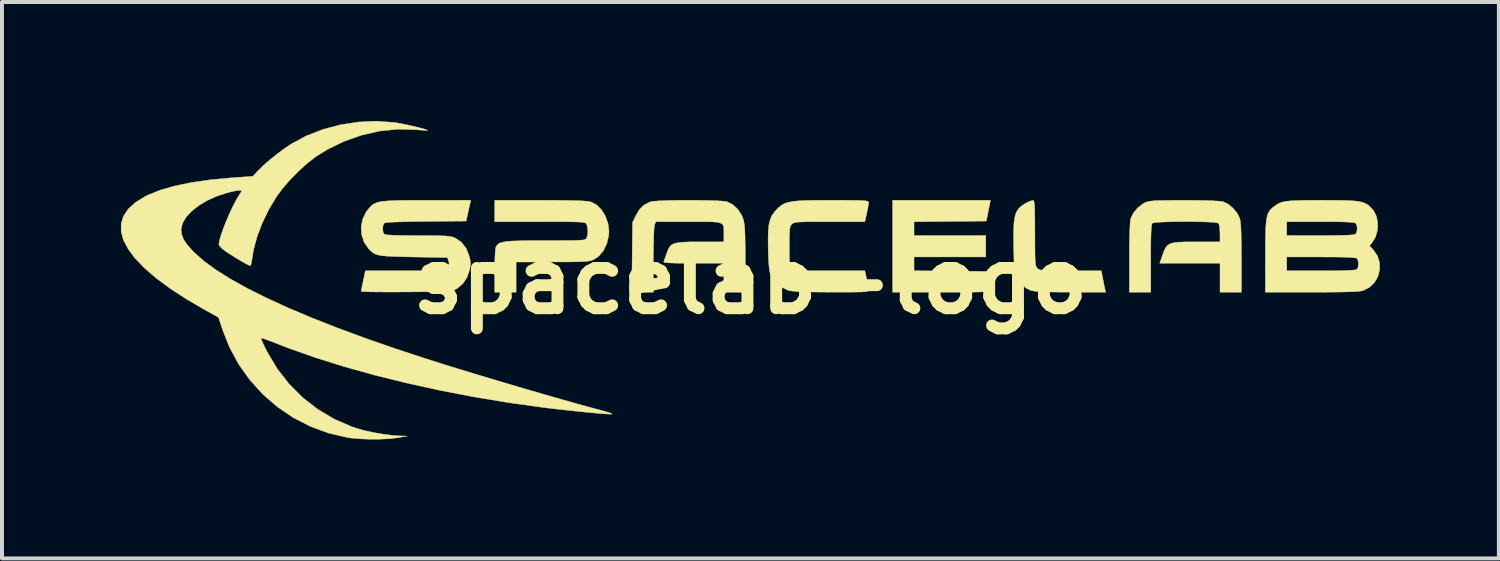
<source format=kicad_pcb>
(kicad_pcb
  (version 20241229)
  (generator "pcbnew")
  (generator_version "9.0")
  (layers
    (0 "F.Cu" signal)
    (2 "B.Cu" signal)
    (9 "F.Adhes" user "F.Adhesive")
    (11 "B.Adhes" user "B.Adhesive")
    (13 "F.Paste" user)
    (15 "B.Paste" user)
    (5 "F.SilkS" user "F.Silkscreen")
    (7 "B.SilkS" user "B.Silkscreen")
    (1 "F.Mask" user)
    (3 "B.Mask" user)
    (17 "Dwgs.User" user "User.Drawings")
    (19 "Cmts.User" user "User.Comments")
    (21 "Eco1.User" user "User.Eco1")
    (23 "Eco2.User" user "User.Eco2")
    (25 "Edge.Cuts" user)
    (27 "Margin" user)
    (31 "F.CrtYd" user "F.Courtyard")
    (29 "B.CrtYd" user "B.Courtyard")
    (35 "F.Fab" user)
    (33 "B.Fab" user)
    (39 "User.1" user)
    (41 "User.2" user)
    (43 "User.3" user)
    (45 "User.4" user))
  (footprint "spacelab-logo"
    (layer "F.Cu")
    (at 15.868 4.032)
    (property "Reference" "spacelab-logo" (at 0 0 0) (layer "F.SilkS") (effects (font (size 1.524 1.524) (thickness 0.3))))
    (attr through_hole)
    (fp_poly (pts (xy 6.003 -1.77) (xy 5.95 -1.508) (xy 4.128 -1.491) (xy 4.128 -1.143) (xy 5.937 -1.143) (xy 5.937 -0.603) (xy 4.128 -0.603) (xy 4.128 -0.255) (xy 5.04 -0.247) (xy 5.953 -0.238) (xy 5.991 -0.032) (xy 6.011 0.083) (xy 6.026 0.179) (xy 6.031 0.23) (xy 6.028 0.244) (xy 6.014 0.256) (xy 5.984 0.265) (xy 5.932 0.272) (xy 5.851 0.277) (xy 5.737 0.281) (xy 5.582 0.284) (xy 5.382 0.285) (xy 5.13 0.286) (xy 4.821 0.286) (xy 4.81 0.286) (xy 3.588 0.286) (xy 3.588 -2.032) (xy 6.055 -2.032) (xy 6.003 -1.77)) (stroke (width 0.01) (type solid)) (fill yes) (layer "F.SilkS"))
    (fp_poly (pts (xy 7.148 -2.018) (xy 7.158 -1.972) (xy 7.166 -1.889) (xy 7.171 -1.763) (xy 7.174 -1.588) (xy 7.175 -1.358) (xy 7.176 -1.206) (xy 7.176 -0.956) (xy 7.177 -0.76) (xy 7.179 -0.613) (xy 7.184 -0.506) (xy 7.191 -0.431) (xy 7.2 -0.382) (xy 7.214 -0.349) (xy 7.232 -0.325) (xy 7.239 -0.318) (xy 7.262 -0.298) (xy 7.292 -0.282) (xy 7.336 -0.271) (xy 7.404 -0.263) (xy 7.502 -0.258) (xy 7.639 -0.256) (xy 7.824 -0.254) (xy 8.063 -0.254) (xy 8.076 -0.254) (xy 8.85 -0.254) (xy 8.888 -0.056) (xy 8.911 0.061) (xy 8.932 0.162) (xy 8.943 0.214) (xy 8.96 0.286) (xy 8.076 0.284) (xy 7.789 0.283) (xy 7.559 0.28) (xy 7.38 0.275) (xy 7.245 0.267) (xy 7.148 0.257) (xy 7.083 0.244) (xy 7.069 0.239) (xy 6.96 0.186) (xy 6.86 0.113) (xy 6.852 0.106) (xy 6.789 0.043) (xy 6.74 -0.017) (xy 6.705 -0.082) (xy 6.68 -0.164) (xy 6.663 -0.271) (xy 6.652 -0.413) (xy 6.646 -0.6) (xy 6.641 -0.828) (xy 6.638 -1.089) (xy 6.64 -1.295) (xy 6.648 -1.455) (xy 6.663 -1.579) (xy 6.686 -1.674) (xy 6.719 -1.751) (xy 6.761 -1.817) (xy 6.768 -1.825) (xy 6.839 -1.891) (xy 6.939 -1.956) (xy 7.044 -2.007) (xy 7.13 -2.031) (xy 7.136 -2.031) (xy 7.148 -2.018)) (stroke (width 0.01) (type solid)) (fill yes) (layer "F.SilkS"))
    (fp_poly (pts (xy -4.937 -2.031) (xy -4.637 -2.028) (xy -4.398 -2.023) (xy -4.217 -2.016) (xy -4.094 -2.006) (xy -4.027 -1.995) (xy -3.88 -1.92) (xy -3.753 -1.795) (xy -3.653 -1.633) (xy -3.588 -1.447) (xy -3.563 -1.25) (xy -3.569 -1.151) (xy -3.617 -0.941) (xy -3.705 -0.759) (xy -3.825 -0.618) (xy -3.95 -0.537) (xy -3.993 -0.519) (xy -4.043 -0.506) (xy -4.108 -0.495) (xy -4.195 -0.488) (xy -4.313 -0.483) (xy -4.468 -0.479) (xy -4.67 -0.478) (xy -4.925 -0.477) (xy -4.993 -0.477) (xy -5.905 -0.476) (xy -5.905 0.286) (xy -6.445 0.286) (xy -6.445 -0.256) (xy -6.443 -0.466) (xy -6.437 -0.64) (xy -6.428 -0.771) (xy -6.416 -0.848) (xy -6.411 -0.862) (xy -6.385 -0.902) (xy -6.35 -0.935) (xy -6.3 -0.961) (xy -6.228 -0.98) (xy -6.127 -0.995) (xy -5.992 -1.005) (xy -5.816 -1.011) (xy -5.593 -1.015) (xy -5.315 -1.016) (xy -5.162 -1.016) (xy -4.883 -1.016) (xy -4.661 -1.017) (xy -4.489 -1.019) (xy -4.361 -1.022) (xy -4.269 -1.027) (xy -4.207 -1.034) (xy -4.168 -1.044) (xy -4.145 -1.056) (xy -4.131 -1.072) (xy -4.129 -1.077) (xy -4.106 -1.151) (xy -4.096 -1.247) (xy -4.096 -1.254) (xy -4.105 -1.35) (xy -4.127 -1.427) (xy -4.129 -1.431) (xy -4.14 -1.447) (xy -4.158 -1.46) (xy -4.19 -1.47) (xy -4.241 -1.478) (xy -4.319 -1.484) (xy -4.428 -1.488) (xy -4.577 -1.49) (xy -4.77 -1.492) (xy -5.015 -1.492) (xy -5.303 -1.492) (xy -6.445 -1.492) (xy -6.445 -2.032) (xy -5.298 -2.032) (xy -4.937 -2.031)) (stroke (width 0.01) (type solid)) (fill yes) (layer "F.SilkS"))
    (fp_poly (pts (xy -1.31 -2.031) (xy -1.098 -2.028) (xy -0.909 -2.023) (xy -0.751 -2.015) (xy -0.638 -2.005) (xy -0.587 -1.997) (xy -0.448 -1.928) (xy -0.321 -1.812) (xy -0.221 -1.663) (xy -0.176 -1.55) (xy -0.16 -1.483) (xy -0.148 -1.397) (xy -0.139 -1.283) (xy -0.133 -1.134) (xy -0.129 -0.941) (xy -0.127 -0.698) (xy -0.127 -0.55) (xy -0.127 0.286) (xy -0.667 0.286) (xy -0.667 -0.445) (xy -1.432 -0.445) (xy -1.681 -0.445) (xy -1.873 -0.447) (xy -2.013 -0.452) (xy -2.108 -0.458) (xy -2.162 -0.467) (xy -2.183 -0.478) (xy -2.183 -0.484) (xy -2.165 -0.535) (xy -2.134 -0.623) (xy -2.108 -0.696) (xy -2.073 -0.787) (xy -2.035 -0.857) (xy -1.985 -0.908) (xy -1.914 -0.943) (xy -1.814 -0.966) (xy -1.676 -0.978) (xy -1.492 -0.983) (xy -1.262 -0.984) (xy -0.667 -0.984) (xy -0.667 -1.177) (xy -0.666 -1.269) (xy -0.669 -1.342) (xy -0.681 -1.397) (xy -0.711 -1.436) (xy -0.764 -1.463) (xy -0.849 -1.48) (xy -0.97 -1.489) (xy -1.137 -1.492) (xy -1.354 -1.492) (xy -1.558 -1.492) (xy -2.383 -1.492) (xy -2.414 -1.411) (xy -2.422 -1.357) (xy -2.43 -1.249) (xy -2.436 -1.097) (xy -2.441 -0.909) (xy -2.444 -0.695) (xy -2.445 -0.522) (xy -2.445 0.286) (xy -2.99 0.286) (xy -2.979 -0.595) (xy -2.969 -1.476) (xy -2.879 -1.658) (xy -2.787 -1.811) (xy -2.678 -1.915) (xy -2.535 -1.987) (xy -2.511 -1.995) (xy -2.445 -2.007) (xy -2.325 -2.016) (xy -2.164 -2.023) (xy -1.971 -2.029) (xy -1.757 -2.032) (xy -1.533 -2.033) (xy -1.31 -2.031)) (stroke (width 0.01) (type solid)) (fill yes) (layer "F.SilkS"))
    (fp_poly (pts (xy 11.217 -2.03) (xy 11.459 -2.026) (xy 11.659 -2.02) (xy 11.809 -2.011) (xy 11.903 -2.001) (xy 11.922 -1.997) (xy 12.047 -1.937) (xy 12.17 -1.834) (xy 12.275 -1.707) (xy 12.341 -1.575) (xy 12.344 -1.567) (xy 12.358 -1.488) (xy 12.369 -1.353) (xy 12.376 -1.162) (xy 12.381 -0.911) (xy 12.382 -0.599) (xy 12.383 -0.576) (xy 12.383 0.286) (xy 11.843 0.286) (xy 11.843 -0.445) (xy 10.323 -0.445) (xy 10.386 -0.627) (xy 10.426 -0.74) (xy 10.466 -0.827) (xy 10.514 -0.89) (xy 10.579 -0.933) (xy 10.67 -0.961) (xy 10.795 -0.976) (xy 10.964 -0.983) (xy 11.186 -0.984) (xy 11.253 -0.984) (xy 11.843 -0.984) (xy 11.843 -1.2) (xy 11.837 -1.323) (xy 11.822 -1.415) (xy 11.805 -1.454) (xy 11.761 -1.467) (xy 11.665 -1.477) (xy 11.526 -1.485) (xy 11.356 -1.49) (xy 11.165 -1.494) (xy 10.963 -1.495) (xy 10.762 -1.494) (xy 10.572 -1.49) (xy 10.404 -1.484) (xy 10.267 -1.476) (xy 10.174 -1.466) (xy 10.135 -1.454) (xy 10.122 -1.421) (xy 10.112 -1.348) (xy 10.105 -1.23) (xy 10.1 -1.062) (xy 10.097 -0.839) (xy 10.097 -0.565) (xy 10.097 0.286) (xy 9.557 0.286) (xy 9.557 -0.579) (xy 9.558 -0.837) (xy 9.562 -1.069) (xy 9.567 -1.266) (xy 9.575 -1.421) (xy 9.584 -1.526) (xy 9.59 -1.565) (xy 9.657 -1.707) (xy 9.768 -1.842) (xy 9.904 -1.947) (xy 9.953 -1.973) (xy 9.998 -1.99) (xy 10.05 -2.004) (xy 10.119 -2.014) (xy 10.211 -2.022) (xy 10.336 -2.026) (xy 10.502 -2.029) (xy 10.716 -2.031) (xy 10.938 -2.031) (xy 11.217 -2.03)) (stroke (width 0.01) (type solid)) (fill yes) (layer "F.SilkS"))
    (fp_poly (pts (xy 2.322 -2.032) (xy 2.533 -2.031) (xy 2.694 -2.029) (xy 2.812 -2.025) (xy 2.893 -2.02) (xy 2.943 -2.012) (xy 2.971 -2.002) (xy 2.982 -1.988) (xy 2.984 -1.976) (xy 2.978 -1.922) (xy 2.962 -1.83) (xy 2.933 -1.692) (xy 2.904 -1.564) (xy 2.888 -1.492) (xy 2 -1.492) (xy 1.738 -1.492) (xy 1.533 -1.491) (xy 1.376 -1.489) (xy 1.261 -1.485) (xy 1.179 -1.479) (xy 1.124 -1.47) (xy 1.088 -1.458) (xy 1.062 -1.442) (xy 1.048 -1.429) (xy 1.023 -1.4) (xy 1.006 -1.361) (xy 0.995 -1.304) (xy 0.988 -1.216) (xy 0.985 -1.088) (xy 0.984 -0.908) (xy 0.984 -0.873) (xy 0.985 -0.684) (xy 0.988 -0.548) (xy 0.994 -0.455) (xy 1.004 -0.393) (xy 1.02 -0.352) (xy 1.043 -0.322) (xy 1.048 -0.318) (xy 1.069 -0.299) (xy 1.097 -0.284) (xy 1.138 -0.273) (xy 1.201 -0.265) (xy 1.292 -0.26) (xy 1.419 -0.256) (xy 1.59 -0.255) (xy 1.811 -0.254) (xy 2 -0.254) (xy 2.888 -0.254) (xy 2.904 -0.183) (xy 2.943 -0.007) (xy 2.968 0.116) (xy 2.981 0.195) (xy 2.984 0.23) (xy 2.98 0.246) (xy 2.965 0.259) (xy 2.931 0.268) (xy 2.873 0.275) (xy 2.782 0.28) (xy 2.653 0.282) (xy 2.48 0.284) (xy 2.254 0.284) (xy 2.04 0.284) (xy 1.743 0.282) (xy 1.502 0.279) (xy 1.313 0.274) (xy 1.167 0.267) (xy 1.059 0.257) (xy 0.982 0.245) (xy 0.95 0.237) (xy 0.802 0.164) (xy 0.661 0.049) (xy 0.55 -0.088) (xy 0.514 -0.156) (xy 0.492 -0.224) (xy 0.476 -0.325) (xy 0.464 -0.467) (xy 0.455 -0.659) (xy 0.451 -0.799) (xy 0.448 -1.054) (xy 0.453 -1.257) (xy 0.47 -1.417) (xy 0.5 -1.543) (xy 0.545 -1.647) (xy 0.607 -1.737) (xy 0.67 -1.806) (xy 0.733 -1.865) (xy 0.796 -1.913) (xy 0.866 -1.951) (xy 0.951 -1.98) (xy 1.057 -2.001) (xy 1.193 -2.016) (xy 1.366 -2.025) (xy 1.582 -2.03) (xy 1.85 -2.032) (xy 2.054 -2.032) (xy 2.322 -2.032)) (stroke (width 0.01) (type solid)) (fill yes) (layer "F.SilkS"))
    (fp_poly (pts (xy -7.064 -1.961) (xy -7.08 -1.891) (xy -7.103 -1.786) (xy -7.123 -1.699) (xy -7.165 -1.508) (xy -8.175 -1.5) (xy -8.505 -1.496) (xy -8.773 -1.49) (xy -8.978 -1.483) (xy -9.122 -1.475) (xy -9.206 -1.464) (xy -9.229 -1.456) (xy -9.26 -1.396) (xy -9.27 -1.308) (xy -9.256 -1.222) (xy -9.233 -1.181) (xy -9.199 -1.168) (xy -9.124 -1.158) (xy -9.003 -1.151) (xy -8.831 -1.146) (xy -8.603 -1.143) (xy -8.384 -1.142) (xy -8.13 -1.142) (xy -7.932 -1.14) (xy -7.78 -1.136) (xy -7.667 -1.131) (xy -7.583 -1.122) (xy -7.521 -1.11) (xy -7.471 -1.095) (xy -7.444 -1.083) (xy -7.286 -0.978) (xy -7.166 -0.823) (xy -7.092 -0.641) (xy -7.062 -0.517) (xy -7.056 -0.415) (xy -7.073 -0.297) (xy -7.075 -0.286) (xy -7.142 -0.09) (xy -7.249 0.072) (xy -7.389 0.19) (xy -7.414 0.204) (xy -7.45 0.221) (xy -7.489 0.235) (xy -7.539 0.247) (xy -7.605 0.255) (xy -7.695 0.262) (xy -7.815 0.267) (xy -7.973 0.271) (xy -8.175 0.274) (xy -8.428 0.277) (xy -8.676 0.279) (xy -8.937 0.28) (xy -9.177 0.28) (xy -9.389 0.279) (xy -9.565 0.277) (xy -9.699 0.273) (xy -9.783 0.269) (xy -9.811 0.264) (xy -9.804 0.223) (xy -9.788 0.137) (xy -9.764 0.023) (xy -9.758 -0.007) (xy -9.705 -0.254) (xy -7.65 -0.254) (xy -7.614 -0.335) (xy -7.594 -0.446) (xy -7.607 -0.501) (xy -7.637 -0.587) (xy -8.494 -0.603) (xy -8.765 -0.609) (xy -8.98 -0.615) (xy -9.148 -0.623) (xy -9.276 -0.634) (xy -9.374 -0.651) (xy -9.448 -0.674) (xy -9.507 -0.705) (xy -9.558 -0.746) (xy -9.611 -0.798) (xy -9.627 -0.815) (xy -9.738 -0.975) (xy -9.799 -1.162) (xy -9.812 -1.361) (xy -9.774 -1.558) (xy -9.686 -1.738) (xy -9.647 -1.79) (xy -9.596 -1.85) (xy -9.548 -1.899) (xy -9.495 -1.938) (xy -9.43 -1.969) (xy -9.348 -1.992) (xy -9.242 -2.008) (xy -9.104 -2.019) (xy -8.929 -2.026) (xy -8.709 -2.03) (xy -8.437 -2.031) (xy -8.167 -2.031) (xy -7.047 -2.032) (xy -7.064 -1.961)) (stroke (width 0.01) (type solid)) (fill yes) (layer "F.SilkS"))
    (fp_poly (pts (xy 14.696 -2.031) (xy 14.921 -2.029) (xy 15.1 -2.024) (xy 15.238 -2.015) (xy 15.345 -2.002) (xy 15.428 -1.983) (xy 15.496 -1.958) (xy 15.555 -1.926) (xy 15.598 -1.897) (xy 15.711 -1.782) (xy 15.786 -1.63) (xy 15.82 -1.457) (xy 15.813 -1.277) (xy 15.763 -1.105) (xy 15.695 -0.99) (xy 15.614 -0.884) (xy 15.708 -0.783) (xy 15.813 -0.63) (xy 15.865 -0.46) (xy 15.868 -0.283) (xy 15.825 -0.113) (xy 15.739 0.04) (xy 15.612 0.163) (xy 15.449 0.245) (xy 15.441 0.247) (xy 15.377 0.259) (xy 15.267 0.268) (xy 15.109 0.275) (xy 14.899 0.281) (xy 14.633 0.284) (xy 14.309 0.286) (xy 14.149 0.286) (xy 12.986 0.286) (xy 12.986 -0.603) (xy 13.525 -0.603) (xy 13.525 -0.254) (xy 14.392 -0.254) (xy 14.675 -0.255) (xy 14.899 -0.258) (xy 15.068 -0.263) (xy 15.188 -0.27) (xy 15.262 -0.279) (xy 15.296 -0.291) (xy 15.297 -0.292) (xy 15.327 -0.358) (xy 15.334 -0.449) (xy 15.317 -0.533) (xy 15.297 -0.565) (xy 15.265 -0.578) (xy 15.192 -0.587) (xy 15.074 -0.594) (xy 14.907 -0.599) (xy 14.686 -0.602) (xy 14.406 -0.603) (xy 14.392 -0.603) (xy 13.525 -0.603) (xy 12.986 -0.603) (xy 12.986 -0.627) (xy 12.987 -0.92) (xy 12.99 -1.158) (xy 12.997 -1.346) (xy 13.008 -1.492) (xy 13.525 -1.492) (xy 13.525 -1.143) (xy 14.376 -1.143) (xy 14.656 -1.144) (xy 14.878 -1.147) (xy 15.045 -1.152) (xy 15.162 -1.159) (xy 15.234 -1.169) (xy 15.265 -1.181) (xy 15.295 -1.247) (xy 15.302 -1.338) (xy 15.285 -1.422) (xy 15.265 -1.454) (xy 15.233 -1.467) (xy 15.159 -1.476) (xy 15.041 -1.484) (xy 14.873 -1.489) (xy 14.65 -1.491) (xy 14.376 -1.492) (xy 13.525 -1.492) (xy 13.008 -1.492) (xy 13.008 -1.493) (xy 13.026 -1.605) (xy 13.05 -1.69) (xy 13.084 -1.756) (xy 13.127 -1.809) (xy 13.182 -1.857) (xy 13.212 -1.88) (xy 13.273 -1.923) (xy 13.334 -1.957) (xy 13.403 -1.983) (xy 13.488 -2.002) (xy 13.597 -2.016) (xy 13.738 -2.024) (xy 13.918 -2.029) (xy 14.147 -2.032) (xy 14.414 -2.032) (xy 14.696 -2.031)) (stroke (width 0.01) (type solid)) (fill yes) (layer "F.SilkS"))
    (fp_poly (pts (xy -8.985 -3.995) (xy -8.938 -3.989) (xy -8.817 -3.968) (xy -8.677 -3.94) (xy -8.531 -3.907) (xy -8.392 -3.874) (xy -8.271 -3.843) (xy -8.182 -3.817) (xy -8.137 -3.798) (xy -8.135 -3.794) (xy -8.168 -3.793) (xy -8.25 -3.797) (xy -8.368 -3.806) (xy -8.445 -3.813) (xy -8.894 -3.824) (xy -9.35 -3.777) (xy -9.805 -3.673) (xy -10.249 -3.516) (xy -10.673 -3.308) (xy -10.946 -3.138) (xy -11.158 -2.975) (xy -11.383 -2.774) (xy -11.602 -2.551) (xy -11.799 -2.323) (xy -11.947 -2.124) (xy -12.142 -1.797) (xy -12.308 -1.454) (xy -12.438 -1.109) (xy -12.527 -0.777) (xy -12.559 -0.575) (xy -12.575 -0.473) (xy -12.593 -0.403) (xy -12.607 -0.381) (xy -12.649 -0.397) (xy -12.732 -0.44) (xy -12.843 -0.504) (xy -12.971 -0.58) (xy -13.102 -0.662) (xy -13.216 -0.737) (xy -13.332 -0.825) (xy -13.39 -0.894) (xy -13.399 -0.925) (xy -13.385 -1.016) (xy -13.346 -1.15) (xy -13.289 -1.314) (xy -13.218 -1.496) (xy -13.138 -1.682) (xy -13.055 -1.861) (xy -12.975 -2.018) (xy -12.902 -2.142) (xy -12.887 -2.164) (xy -12.845 -2.227) (xy -12.827 -2.266) (xy -12.827 -2.267) (xy -12.851 -2.284) (xy -12.925 -2.28) (xy -13.053 -2.255) (xy -13.19 -2.221) (xy -13.453 -2.136) (xy -13.695 -2.026) (xy -13.909 -1.897) (xy -14.089 -1.755) (xy -14.227 -1.605) (xy -14.317 -1.452) (xy -14.351 -1.302) (xy -14.351 -1.292) (xy -14.336 -1.166) (xy -14.288 -1.043) (xy -14.199 -0.911) (xy -14.065 -0.759) (xy -14.019 -0.713) (xy -13.776 -0.499) (xy -13.472 -0.277) (xy -13.107 -0.048) (xy -12.683 0.188) (xy -12.201 0.429) (xy -11.662 0.676) (xy -11.069 0.927) (xy -10.421 1.182) (xy -9.721 1.441) (xy -8.969 1.703) (xy -8.167 1.967) (xy -8.08 1.994) (xy -7.733 2.104) (xy -7.348 2.223) (xy -6.935 2.349) (xy -6.502 2.479) (xy -6.061 2.61) (xy -5.62 2.74) (xy -5.19 2.865) (xy -4.781 2.982) (xy -4.401 3.09) (xy -4.06 3.184) (xy -3.77 3.262) (xy -3.733 3.272) (xy -3.615 3.305) (xy -3.529 3.333) (xy -3.486 3.353) (xy -3.486 3.358) (xy -3.532 3.36) (xy -3.634 3.355) (xy -3.781 3.344) (xy -3.966 3.328) (xy -4.181 3.307) (xy -4.417 3.283) (xy -4.666 3.256) (xy -4.918 3.228) (xy -5.167 3.198) (xy -5.255 3.187) (xy -6.12 3.066) (xy -6.983 2.922) (xy -7.836 2.758) (xy -8.669 2.575) (xy -9.475 2.375) (xy -10.246 2.16) (xy -10.973 1.932) (xy -11.65 1.693) (xy -11.933 1.583) (xy -12.079 1.526) (xy -12.202 1.481) (xy -12.292 1.45) (xy -12.337 1.439) (xy -12.34 1.439) (xy -12.332 1.471) (xy -12.3 1.548) (xy -12.248 1.657) (xy -12.186 1.782) (xy -11.934 2.207) (xy -11.634 2.593) (xy -11.291 2.938) (xy -10.909 3.236) (xy -10.492 3.484) (xy -10.045 3.678) (xy -9.937 3.715) (xy -9.73 3.773) (xy -9.487 3.826) (xy -9.234 3.869) (xy -8.995 3.898) (xy -8.822 3.909) (xy -8.652 3.913) (xy -8.89 3.955) (xy -9.087 3.979) (xy -9.325 3.991) (xy -9.581 3.993) (xy -9.835 3.983) (xy -10.064 3.963) (xy -10.157 3.949) (xy -10.638 3.837) (xy -11.096 3.668) (xy -11.528 3.445) (xy -11.929 3.173) (xy -12.295 2.855) (xy -12.621 2.495) (xy -12.903 2.097) (xy -13.136 1.663) (xy -13.307 1.23) (xy -13.409 0.921) (xy -13.761 0.725) (xy -14.224 0.455) (xy -14.63 0.19) (xy -14.98 -0.069) (xy -15.272 -0.32) (xy -15.507 -0.564) (xy -15.684 -0.799) (xy -15.803 -1.024) (xy -15.863 -1.239) (xy -15.863 -1.442) (xy -15.804 -1.633) (xy -15.685 -1.812) (xy -15.506 -1.976) (xy -15.265 -2.125) (xy -15.181 -2.167) (xy -14.876 -2.289) (xy -14.516 -2.393) (xy -14.099 -2.479) (xy -13.625 -2.548) (xy -13.091 -2.598) (xy -13.026 -2.603) (xy -12.542 -2.637) (xy -12.391 -2.799) (xy -12.271 -2.916) (xy -12.114 -3.052) (xy -11.937 -3.194) (xy -11.756 -3.329) (xy -11.589 -3.443) (xy -11.573 -3.453) (xy -11.193 -3.657) (xy -10.775 -3.819) (xy -10.334 -3.936) (xy -9.879 -4.006) (xy -9.426 -4.027) (xy -8.985 -3.995)) (stroke (width 0.01) (type solid)) (fill yes) (layer "F.SilkS")))
  (gr_rect
    (start -3 -3)
    (end 34.742 11.03)
    (stroke (width 0.1) (type default))
    (fill no)
    (layer "Edge.Cuts")))
</source>
